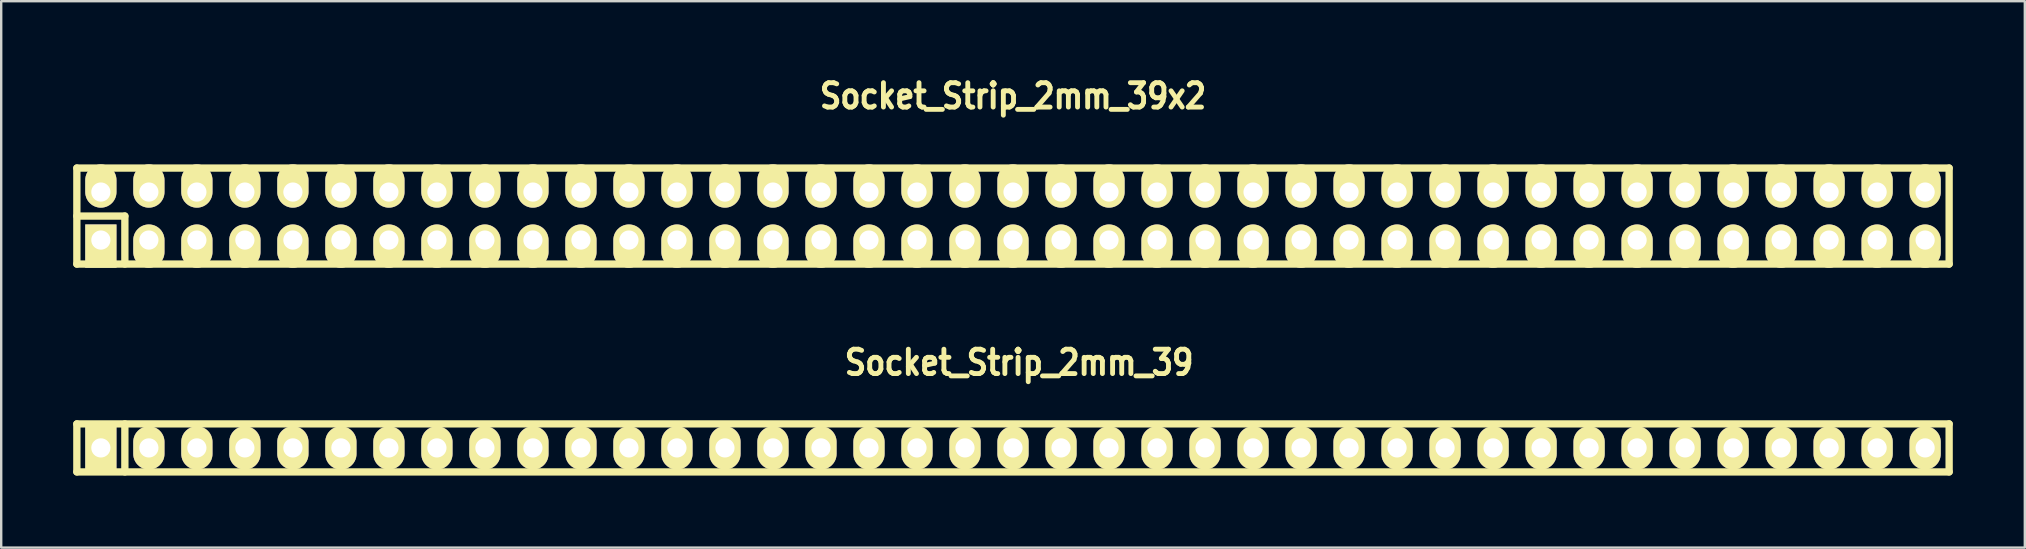
<source format=kicad_pcb>
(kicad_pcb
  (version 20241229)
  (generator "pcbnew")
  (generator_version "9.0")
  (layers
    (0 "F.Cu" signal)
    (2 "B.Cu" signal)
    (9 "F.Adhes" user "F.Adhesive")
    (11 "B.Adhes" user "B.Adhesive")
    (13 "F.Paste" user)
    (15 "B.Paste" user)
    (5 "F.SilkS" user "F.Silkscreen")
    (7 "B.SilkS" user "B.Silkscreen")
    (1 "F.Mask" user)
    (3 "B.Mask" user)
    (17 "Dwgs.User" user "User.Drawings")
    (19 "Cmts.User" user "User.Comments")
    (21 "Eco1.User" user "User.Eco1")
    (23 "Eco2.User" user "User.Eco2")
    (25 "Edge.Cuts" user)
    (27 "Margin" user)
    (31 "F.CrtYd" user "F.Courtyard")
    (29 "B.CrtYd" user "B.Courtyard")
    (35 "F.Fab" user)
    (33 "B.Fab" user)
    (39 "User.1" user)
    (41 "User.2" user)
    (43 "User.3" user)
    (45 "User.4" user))
  (footprint "Socket_Strip_2mm_39"
    (layer "F.Cu")
    (at 39.152 15.61)
    (property "Reference" "Socket_Strip_2mm_39" (at 0.254 -3.556 0) (layer "F.SilkS") (effects (font (size 1.016 0.889) (thickness 0.203))))
    (attr through_hole)
    (fp_line (start -39 -1) (end 39 -1) (stroke (width 0.305) (type solid)) (layer "F.SilkS"))
    (fp_line (start -39 1) (end -39 -1) (stroke (width 0.305) (type solid)) (layer "F.SilkS"))
    (fp_line (start -37 -1) (end -37 1) (stroke (width 0.305) (type solid)) (layer "F.SilkS"))
    (fp_line (start 39 -1) (end 39 1) (stroke (width 0.305) (type solid)) (layer "F.SilkS"))
    (fp_line (start 39 1) (end -39 1) (stroke (width 0.305) (type solid)) (layer "F.SilkS"))
    (pad "1" thru_hole rect (at -38 0) (size 1.3 1.8) (drill 0.8) (layers "*.Cu" "*.Mask" "F.SilkS"))
    (pad "2" thru_hole oval (at -36 0) (size 1.3 1.8) (drill 0.8) (layers "*.Cu" "*.Mask" "F.SilkS"))
    (pad "3" thru_hole oval (at -34 0) (size 1.3 1.8) (drill 0.8) (layers "*.Cu" "*.Mask" "F.SilkS"))
    (pad "4" thru_hole oval (at -32 0) (size 1.3 1.8) (drill 0.8) (layers "*.Cu" "*.Mask" "F.SilkS"))
    (pad "5" thru_hole oval (at -30 0) (size 1.3 1.8) (drill 0.8) (layers "*.Cu" "*.Mask" "F.SilkS"))
    (pad "6" thru_hole oval (at -28 0) (size 1.3 1.8) (drill 0.8) (layers "*.Cu" "*.Mask" "F.SilkS"))
    (pad "7" thru_hole oval (at -26 0) (size 1.3 1.8) (drill 0.8) (layers "*.Cu" "*.Mask" "F.SilkS"))
    (pad "8" thru_hole oval (at -24 0) (size 1.3 1.8) (drill 0.8) (layers "*.Cu" "*.Mask" "F.SilkS"))
    (pad "9" thru_hole oval (at -22 0) (size 1.3 1.8) (drill 0.8) (layers "*.Cu" "*.Mask" "F.SilkS"))
    (pad "10" thru_hole oval (at -20 0) (size 1.3 1.8) (drill 0.8) (layers "*.Cu" "*.Mask" "F.SilkS"))
    (pad "11" thru_hole oval (at -18 0) (size 1.3 1.8) (drill 0.8) (layers "*.Cu" "*.Mask" "F.SilkS"))
    (pad "12" thru_hole oval (at -16 0) (size 1.3 1.8) (drill 0.8) (layers "*.Cu" "*.Mask" "F.SilkS"))
    (pad "13" thru_hole oval (at -14 0) (size 1.3 1.8) (drill 0.8) (layers "*.Cu" "*.Mask" "F.SilkS"))
    (pad "14" thru_hole oval (at -12 0) (size 1.3 1.8) (drill 0.8) (layers "*.Cu" "*.Mask" "F.SilkS"))
    (pad "15" thru_hole oval (at -10 0) (size 1.3 1.8) (drill 0.8) (layers "*.Cu" "*.Mask" "F.SilkS"))
    (pad "16" thru_hole oval (at -8 0) (size 1.3 1.8) (drill 0.8) (layers "*.Cu" "*.Mask" "F.SilkS"))
    (pad "17" thru_hole oval (at -6 0) (size 1.3 1.8) (drill 0.8) (layers "*.Cu" "*.Mask" "F.SilkS"))
    (pad "18" thru_hole oval (at -4 0) (size 1.3 1.8) (drill 0.8) (layers "*.Cu" "*.Mask" "F.SilkS"))
    (pad "19" thru_hole oval (at -2 0) (size 1.3 1.8) (drill 0.8) (layers "*.Cu" "*.Mask" "F.SilkS"))
    (pad "20" thru_hole oval (at 0 0) (size 1.3 1.8) (drill 0.8) (layers "*.Cu" "*.Mask" "F.SilkS"))
    (pad "21" thru_hole oval (at 2 0) (size 1.3 1.8) (drill 0.8) (layers "*.Cu" "*.Mask" "F.SilkS"))
    (pad "22" thru_hole oval (at 4 0) (size 1.3 1.8) (drill 0.8) (layers "*.Cu" "*.Mask" "F.SilkS"))
    (pad "23" thru_hole oval (at 6 0) (size 1.3 1.8) (drill 0.8) (layers "*.Cu" "*.Mask" "F.SilkS"))
    (pad "24" thru_hole oval (at 8 0) (size 1.3 1.8) (drill 0.8) (layers "*.Cu" "*.Mask" "F.SilkS"))
    (pad "25" thru_hole oval (at 10 0) (size 1.3 1.8) (drill 0.8) (layers "*.Cu" "*.Mask" "F.SilkS"))
    (pad "26" thru_hole oval (at 12 0) (size 1.3 1.8) (drill 0.8) (layers "*.Cu" "*.Mask" "F.SilkS"))
    (pad "27" thru_hole oval (at 14 0) (size 1.3 1.8) (drill 0.8) (layers "*.Cu" "*.Mask" "F.SilkS"))
    (pad "28" thru_hole oval (at 16 0) (size 1.3 1.8) (drill 0.8) (layers "*.Cu" "*.Mask" "F.SilkS"))
    (pad "29" thru_hole oval (at 18 0) (size 1.3 1.8) (drill 0.8) (layers "*.Cu" "*.Mask" "F.SilkS"))
    (pad "30" thru_hole oval (at 20 0) (size 1.3 1.8) (drill 0.8) (layers "*.Cu" "*.Mask" "F.SilkS"))
    (pad "31" thru_hole oval (at 22 0) (size 1.3 1.8) (drill 0.8) (layers "*.Cu" "*.Mask" "F.SilkS"))
    (pad "32" thru_hole oval (at 24 0) (size 1.3 1.8) (drill 0.8) (layers "*.Cu" "*.Mask" "F.SilkS"))
    (pad "33" thru_hole oval (at 26 0) (size 1.3 1.8) (drill 0.8) (layers "*.Cu" "*.Mask" "F.SilkS"))
    (pad "34" thru_hole oval (at 28 0) (size 1.3 1.8) (drill 0.8) (layers "*.Cu" "*.Mask" "F.SilkS"))
    (pad "35" thru_hole oval (at 30 0) (size 1.3 1.8) (drill 0.8) (layers "*.Cu" "*.Mask" "F.SilkS"))
    (pad "36" thru_hole oval (at 32 0) (size 1.3 1.8) (drill 0.8) (layers "*.Cu" "*.Mask" "F.SilkS"))
    (pad "37" thru_hole oval (at 34 0) (size 1.3 1.8) (drill 0.8) (layers "*.Cu" "*.Mask" "F.SilkS"))
    (pad "38" thru_hole oval (at 36 0) (size 1.3 1.8) (drill 0.8) (layers "*.Cu" "*.Mask" "F.SilkS"))
    (pad "39" thru_hole oval (at 38 0) (size 1.3 1.8) (drill 0.8) (layers "*.Cu" "*.Mask" "F.SilkS")))
  (footprint "Socket_Strip_2mm_39x2"
    (layer "F.Cu")
    (at 39.152 5.951)
    (property "Reference" "Socket_Strip_2mm_39x2" (at 0 -5 0) (layer "F.SilkS") (effects (font (size 1.016 0.889) (thickness 0.203))))
    (attr through_hole)
    (fp_line (start -39 -2) (end 39 -2) (stroke (width 0.305) (type solid)) (layer "F.SilkS"))
    (fp_line (start -39 0) (end -37 0) (stroke (width 0.305) (type solid)) (layer "F.SilkS"))
    (fp_line (start -39 2) (end -39 -2) (stroke (width 0.305) (type solid)) (layer "F.SilkS"))
    (fp_line (start -37 0) (end -37 2) (stroke (width 0.305) (type solid)) (layer "F.SilkS"))
    (fp_line (start 39 -2) (end 39 2) (stroke (width 0.305) (type solid)) (layer "F.SilkS"))
    (fp_line (start 39 2) (end -39 2) (stroke (width 0.305) (type solid)) (layer "F.SilkS"))
    (pad "1" thru_hole rect (at -38 1) (size 1.3 1.8) (drill 0.8 (offset 0 0.25)) (layers "*.Cu" "*.Mask" "F.SilkS"))
    (pad "2" thru_hole oval (at -38 -1) (size 1.3 1.8) (drill 0.8 (offset 0 -0.25)) (layers "*.Cu" "*.Mask" "F.SilkS"))
    (pad "3" thru_hole oval (at -36 1) (size 1.3 1.8) (drill 0.8 (offset 0 0.25)) (layers "*.Cu" "*.Mask" "F.SilkS"))
    (pad "4" thru_hole oval (at -36 -1) (size 1.3 1.8) (drill 0.8 (offset 0 -0.25)) (layers "*.Cu" "*.Mask" "F.SilkS"))
    (pad "5" thru_hole oval (at -34 1) (size 1.3 1.8) (drill 0.8 (offset 0 0.25)) (layers "*.Cu" "*.Mask" "F.SilkS"))
    (pad "6" thru_hole oval (at -34 -1) (size 1.3 1.8) (drill 0.8 (offset 0 -0.25)) (layers "*.Cu" "*.Mask" "F.SilkS"))
    (pad "7" thru_hole oval (at -32 1) (size 1.3 1.8) (drill 0.8 (offset 0 0.25)) (layers "*.Cu" "*.Mask" "F.SilkS"))
    (pad "8" thru_hole oval (at -32 -1) (size 1.3 1.8) (drill 0.8 (offset 0 -0.25)) (layers "*.Cu" "*.Mask" "F.SilkS"))
    (pad "9" thru_hole oval (at -30 1) (size 1.3 1.8) (drill 0.8 (offset 0 0.25)) (layers "*.Cu" "*.Mask" "F.SilkS"))
    (pad "10" thru_hole oval (at -30 -1) (size 1.3 1.8) (drill 0.8 (offset 0 -0.25)) (layers "*.Cu" "*.Mask" "F.SilkS"))
    (pad "11" thru_hole oval (at -28 1) (size 1.3 1.8) (drill 0.8 (offset 0 0.25)) (layers "*.Cu" "*.Mask" "F.SilkS"))
    (pad "12" thru_hole oval (at -28 -1) (size 1.3 1.8) (drill 0.8 (offset 0 -0.25)) (layers "*.Cu" "*.Mask" "F.SilkS"))
    (pad "13" thru_hole oval (at -26 1) (size 1.3 1.8) (drill 0.8 (offset 0 0.25)) (layers "*.Cu" "*.Mask" "F.SilkS"))
    (pad "14" thru_hole oval (at -26 -1) (size 1.3 1.8) (drill 0.8 (offset 0 -0.25)) (layers "*.Cu" "*.Mask" "F.SilkS"))
    (pad "15" thru_hole oval (at -24 1) (size 1.3 1.8) (drill 0.8 (offset 0 0.25)) (layers "*.Cu" "*.Mask" "F.SilkS"))
    (pad "16" thru_hole oval (at -24 -1) (size 1.3 1.8) (drill 0.8 (offset 0 -0.25)) (layers "*.Cu" "*.Mask" "F.SilkS"))
    (pad "17" thru_hole oval (at -22 1) (size 1.3 1.8) (drill 0.8 (offset 0 0.25)) (layers "*.Cu" "*.Mask" "F.SilkS"))
    (pad "18" thru_hole oval (at -22 -1) (size 1.3 1.8) (drill 0.8 (offset 0 -0.25)) (layers "*.Cu" "*.Mask" "F.SilkS"))
    (pad "19" thru_hole oval (at -20 1) (size 1.3 1.8) (drill 0.8 (offset 0 0.25)) (layers "*.Cu" "*.Mask" "F.SilkS"))
    (pad "20" thru_hole oval (at -20 -1) (size 1.3 1.8) (drill 0.8 (offset 0 -0.25)) (layers "*.Cu" "*.Mask" "F.SilkS"))
    (pad "21" thru_hole oval (at -18 1) (size 1.3 1.8) (drill 0.8 (offset 0 0.25)) (layers "*.Cu" "*.Mask" "F.SilkS"))
    (pad "22" thru_hole oval (at -18 -1) (size 1.3 1.8) (drill 0.8 (offset 0 -0.25)) (layers "*.Cu" "*.Mask" "F.SilkS"))
    (pad "23" thru_hole oval (at -16 1) (size 1.3 1.8) (drill 0.8 (offset 0 0.25)) (layers "*.Cu" "*.Mask" "F.SilkS"))
    (pad "24" thru_hole oval (at -16 -1) (size 1.3 1.8) (drill 0.8 (offset 0 -0.25)) (layers "*.Cu" "*.Mask" "F.SilkS"))
    (pad "25" thru_hole oval (at -14 1) (size 1.3 1.8) (drill 0.8 (offset 0 0.25)) (layers "*.Cu" "*.Mask" "F.SilkS"))
    (pad "26" thru_hole oval (at -14 -1) (size 1.3 1.8) (drill 0.8 (offset 0 -0.25)) (layers "*.Cu" "*.Mask" "F.SilkS"))
    (pad "27" thru_hole oval (at -12 1) (size 1.3 1.8) (drill 0.8 (offset 0 0.25)) (layers "*.Cu" "*.Mask" "F.SilkS"))
    (pad "28" thru_hole oval (at -12 -1) (size 1.3 1.8) (drill 0.8 (offset 0 -0.25)) (layers "*.Cu" "*.Mask" "F.SilkS"))
    (pad "29" thru_hole oval (at -10 1) (size 1.3 1.8) (drill 0.8 (offset 0 0.25)) (layers "*.Cu" "*.Mask" "F.SilkS"))
    (pad "30" thru_hole oval (at -10 -1) (size 1.3 1.8) (drill 0.8 (offset 0 -0.25)) (layers "*.Cu" "*.Mask" "F.SilkS"))
    (pad "31" thru_hole oval (at -8 1) (size 1.3 1.8) (drill 0.8 (offset 0 0.25)) (layers "*.Cu" "*.Mask" "F.SilkS"))
    (pad "32" thru_hole oval (at -8 -1) (size 1.3 1.8) (drill 0.8 (offset 0 -0.25)) (layers "*.Cu" "*.Mask" "F.SilkS"))
    (pad "33" thru_hole oval (at -6 1) (size 1.3 1.8) (drill 0.8 (offset 0 0.25)) (layers "*.Cu" "*.Mask" "F.SilkS"))
    (pad "34" thru_hole oval (at -6 -1) (size 1.3 1.8) (drill 0.8 (offset 0 -0.25)) (layers "*.Cu" "*.Mask" "F.SilkS"))
    (pad "35" thru_hole oval (at -4 1) (size 1.3 1.8) (drill 0.8 (offset 0 0.25)) (layers "*.Cu" "*.Mask" "F.SilkS"))
    (pad "36" thru_hole oval (at -4 -1) (size 1.3 1.8) (drill 0.8 (offset 0 -0.25)) (layers "*.Cu" "*.Mask" "F.SilkS"))
    (pad "37" thru_hole oval (at -2 1) (size 1.3 1.8) (drill 0.8 (offset 0 0.25)) (layers "*.Cu" "*.Mask" "F.SilkS"))
    (pad "38" thru_hole oval (at -2 -1) (size 1.3 1.8) (drill 0.8 (offset 0 -0.25)) (layers "*.Cu" "*.Mask" "F.SilkS"))
    (pad "39" thru_hole oval (at 0 1) (size 1.3 1.8) (drill 0.8 (offset 0 0.25)) (layers "*.Cu" "*.Mask" "F.SilkS"))
    (pad "40" thru_hole oval (at 0 -1) (size 1.3 1.8) (drill 0.8 (offset 0 -0.25)) (layers "*.Cu" "*.Mask" "F.SilkS"))
    (pad "41" thru_hole oval (at 2 1) (size 1.3 1.8) (drill 0.8 (offset 0 0.25)) (layers "*.Cu" "*.Mask" "F.SilkS"))
    (pad "42" thru_hole oval (at 2 -1) (size 1.3 1.8) (drill 0.8 (offset 0 -0.25)) (layers "*.Cu" "*.Mask" "F.SilkS"))
    (pad "43" thru_hole oval (at 4 1) (size 1.3 1.8) (drill 0.8 (offset 0 0.25)) (layers "*.Cu" "*.Mask" "F.SilkS"))
    (pad "44" thru_hole oval (at 4 -1) (size 1.3 1.8) (drill 0.8 (offset 0 -0.25)) (layers "*.Cu" "*.Mask" "F.SilkS"))
    (pad "45" thru_hole oval (at 6 1) (size 1.3 1.8) (drill 0.8 (offset 0 0.25)) (layers "*.Cu" "*.Mask" "F.SilkS"))
    (pad "46" thru_hole oval (at 6 -1) (size 1.3 1.8) (drill 0.8 (offset 0 -0.25)) (layers "*.Cu" "*.Mask" "F.SilkS"))
    (pad "47" thru_hole oval (at 8 1) (size 1.3 1.8) (drill 0.8 (offset 0 0.25)) (layers "*.Cu" "*.Mask" "F.SilkS"))
    (pad "48" thru_hole oval (at 8 -1) (size 1.3 1.8) (drill 0.8 (offset 0 -0.25)) (layers "*.Cu" "*.Mask" "F.SilkS"))
    (pad "49" thru_hole oval (at 10 1) (size 1.3 1.8) (drill 0.8 (offset 0 0.25)) (layers "*.Cu" "*.Mask" "F.SilkS"))
    (pad "50" thru_hole oval (at 10 -1) (size 1.3 1.8) (drill 0.8 (offset 0 -0.25)) (layers "*.Cu" "*.Mask" "F.SilkS"))
    (pad "51" thru_hole oval (at 12 1) (size 1.3 1.8) (drill 0.8 (offset 0 0.25)) (layers "*.Cu" "*.Mask" "F.SilkS"))
    (pad "52" thru_hole oval (at 12 -1) (size 1.3 1.8) (drill 0.8 (offset 0 -0.25)) (layers "*.Cu" "*.Mask" "F.SilkS"))
    (pad "53" thru_hole oval (at 14 1) (size 1.3 1.8) (drill 0.8 (offset 0 0.25)) (layers "*.Cu" "*.Mask" "F.SilkS"))
    (pad "54" thru_hole oval (at 14 -1) (size 1.3 1.8) (drill 0.8 (offset 0 -0.25)) (layers "*.Cu" "*.Mask" "F.SilkS"))
    (pad "55" thru_hole oval (at 16 1) (size 1.3 1.8) (drill 0.8 (offset 0 0.25)) (layers "*.Cu" "*.Mask" "F.SilkS"))
    (pad "56" thru_hole oval (at 16 -1) (size 1.3 1.8) (drill 0.8 (offset 0 -0.25)) (layers "*.Cu" "*.Mask" "F.SilkS"))
    (pad "57" thru_hole oval (at 18 1) (size 1.3 1.8) (drill 0.8 (offset 0 0.25)) (layers "*.Cu" "*.Mask" "F.SilkS"))
    (pad "58" thru_hole oval (at 18 -1) (size 1.3 1.8) (drill 0.8 (offset 0 -0.25)) (layers "*.Cu" "*.Mask" "F.SilkS"))
    (pad "59" thru_hole oval (at 20 1) (size 1.3 1.8) (drill 0.8 (offset 0 0.25)) (layers "*.Cu" "*.Mask" "F.SilkS"))
    (pad "60" thru_hole oval (at 20 -1) (size 1.3 1.8) (drill 0.8 (offset 0 -0.25)) (layers "*.Cu" "*.Mask" "F.SilkS"))
    (pad "61" thru_hole oval (at 22 1) (size 1.3 1.8) (drill 0.8 (offset 0 0.25)) (layers "*.Cu" "*.Mask" "F.SilkS"))
    (pad "62" thru_hole oval (at 22 -1) (size 1.3 1.8) (drill 0.8 (offset 0 -0.25)) (layers "*.Cu" "*.Mask" "F.SilkS"))
    (pad "63" thru_hole oval (at 24 1) (size 1.3 1.8) (drill 0.8 (offset 0 0.25)) (layers "*.Cu" "*.Mask" "F.SilkS"))
    (pad "64" thru_hole oval (at 24 -1) (size 1.3 1.8) (drill 0.8 (offset 0 -0.25)) (layers "*.Cu" "*.Mask" "F.SilkS"))
    (pad "65" thru_hole oval (at 26 1) (size 1.3 1.8) (drill 0.8 (offset 0 0.25)) (layers "*.Cu" "*.Mask" "F.SilkS"))
    (pad "66" thru_hole oval (at 26 -1) (size 1.3 1.8) (drill 0.8 (offset 0 -0.25)) (layers "*.Cu" "*.Mask" "F.SilkS"))
    (pad "67" thru_hole oval (at 28 1) (size 1.3 1.8) (drill 0.8 (offset 0 0.25)) (layers "*.Cu" "*.Mask" "F.SilkS"))
    (pad "68" thru_hole oval (at 28 -1) (size 1.3 1.8) (drill 0.8 (offset 0 -0.25)) (layers "*.Cu" "*.Mask" "F.SilkS"))
    (pad "69" thru_hole oval (at 30 1) (size 1.3 1.8) (drill 0.8 (offset 0 0.25)) (layers "*.Cu" "*.Mask" "F.SilkS"))
    (pad "70" thru_hole oval (at 30 -1) (size 1.3 1.8) (drill 0.8 (offset 0 -0.25)) (layers "*.Cu" "*.Mask" "F.SilkS"))
    (pad "71" thru_hole oval (at 32 1) (size 1.3 1.8) (drill 0.8 (offset 0 0.25)) (layers "*.Cu" "*.Mask" "F.SilkS"))
    (pad "72" thru_hole oval (at 32 -1) (size 1.3 1.8) (drill 0.8 (offset 0 -0.25)) (layers "*.Cu" "*.Mask" "F.SilkS"))
    (pad "73" thru_hole oval (at 34 1) (size 1.3 1.8) (drill 0.8 (offset 0 0.25)) (layers "*.Cu" "*.Mask" "F.SilkS"))
    (pad "74" thru_hole oval (at 34 -1) (size 1.3 1.8) (drill 0.8 (offset 0 -0.25)) (layers "*.Cu" "*.Mask" "F.SilkS"))
    (pad "75" thru_hole oval (at 36 1) (size 1.3 1.8) (drill 0.8 (offset 0 0.25)) (layers "*.Cu" "*.Mask" "F.SilkS"))
    (pad "76" thru_hole oval (at 36 -1) (size 1.3 1.8) (drill 0.8 (offset 0 -0.25)) (layers "*.Cu" "*.Mask" "F.SilkS"))
    (pad "77" thru_hole oval (at 38 1) (size 1.3 1.8) (drill 0.8 (offset 0 0.25)) (layers "*.Cu" "*.Mask" "F.SilkS"))
    (pad "78" thru_hole oval (at 38 -1) (size 1.3 1.8) (drill 0.8 (offset 0 -0.25)) (layers "*.Cu" "*.Mask" "F.SilkS")))
  (gr_rect
    (start -3 -3)
    (end 81.305 19.763)
    (stroke (width 0.1) (type default))
    (fill no)
    (layer "Edge.Cuts")))
</source>
